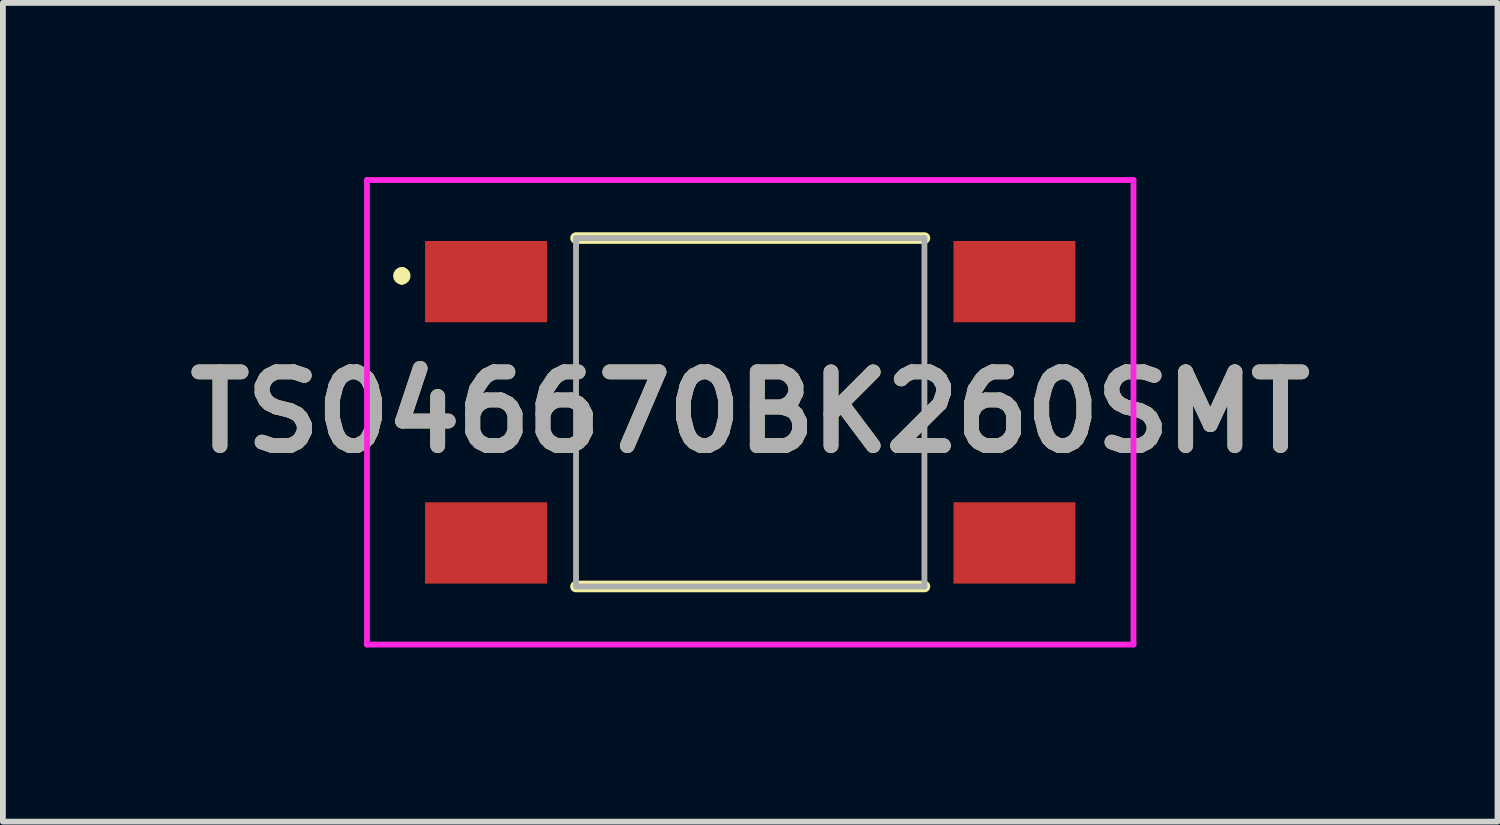
<source format=kicad_pcb>
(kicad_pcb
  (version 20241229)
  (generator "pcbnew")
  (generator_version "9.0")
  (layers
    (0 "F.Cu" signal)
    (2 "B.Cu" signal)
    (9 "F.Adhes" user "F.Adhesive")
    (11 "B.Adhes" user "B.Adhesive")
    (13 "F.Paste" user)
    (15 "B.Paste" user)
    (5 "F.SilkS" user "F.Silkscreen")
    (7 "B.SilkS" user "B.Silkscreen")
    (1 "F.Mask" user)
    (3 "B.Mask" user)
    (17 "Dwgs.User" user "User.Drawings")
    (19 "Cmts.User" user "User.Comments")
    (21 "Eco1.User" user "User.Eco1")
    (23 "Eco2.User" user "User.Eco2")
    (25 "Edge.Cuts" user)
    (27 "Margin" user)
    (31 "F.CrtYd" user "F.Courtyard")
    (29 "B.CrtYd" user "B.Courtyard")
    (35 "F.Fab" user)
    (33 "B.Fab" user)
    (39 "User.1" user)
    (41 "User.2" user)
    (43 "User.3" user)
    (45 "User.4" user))
  (footprint "TS046670BK260SMT"
    (layer "F.Cu")
    (at 9.87 4.05)
    (property "Reference" "TS046670BK260SMT" (at 0 0 0) (layer "F.SilkS") (effects (font (size 1.27 1.27) (thickness 0.254))))
    (attr smd)
    (fp_line (start -6 -2.4) (end -6 -2.4) (stroke (width 0.2) (type solid)) (layer "F.SilkS"))
    (fp_line (start -6 -2.3) (end -6 -2.3) (stroke (width 0.2) (type solid)) (layer "F.SilkS"))
    (fp_line (start -3 -3) (end 3 -3) (stroke (width 0.2) (type solid)) (layer "F.SilkS"))
    (fp_line (start -3 3) (end 3 3) (stroke (width 0.2) (type solid)) (layer "F.SilkS"))
    (fp_arc (start -6 -2.4) (mid -5.95 -2.35) (end -6 -2.3) (stroke (width 0.2) (type solid)) (layer "F.SilkS"))
    (fp_arc (start -6 -2.3) (mid -6.05 -2.35) (end -6 -2.4) (stroke (width 0.2) (type solid)) (layer "F.SilkS"))
    (fp_line (start -6.6 -4) (end 6.6 -4) (stroke (width 0.1) (type solid)) (layer "F.CrtYd"))
    (fp_line (start -6.6 4) (end -6.6 -4) (stroke (width 0.1) (type solid)) (layer "F.CrtYd"))
    (fp_line (start 6.6 -4) (end 6.6 4) (stroke (width 0.1) (type solid)) (layer "F.CrtYd"))
    (fp_line (start 6.6 4) (end -6.6 4) (stroke (width 0.1) (type solid)) (layer "F.CrtYd"))
    (fp_line (start -3 -3) (end 3 -3) (stroke (width 0.1) (type solid)) (layer "F.Fab"))
    (fp_line (start -3 3) (end -3 -3) (stroke (width 0.1) (type solid)) (layer "F.Fab"))
    (fp_line (start 3 -3) (end 3 3) (stroke (width 0.1) (type solid)) (layer "F.Fab"))
    (fp_line (start 3 3) (end -3 3) (stroke (width 0.1) (type solid)) (layer "F.Fab"))
    (fp_text user "${REFERENCE}" (at 0 0 0) (layer "F.Fab") (effects (font (size 1.27 1.27) (thickness 0.254))))
    (pad "1" smd rect (at -4.55 -2.25 90) (size 1.4 2.1) (layers "F.Cu" "F.Mask" "F.Paste"))
    (pad "2" smd rect (at -4.55 2.25 90) (size 1.4 2.1) (layers "F.Cu" "F.Mask" "F.Paste"))
    (pad "3" smd rect (at 4.55 -2.25 90) (size 1.4 2.1) (layers "F.Cu" "F.Mask" "F.Paste"))
    (pad "4" smd rect (at 4.55 2.25 90) (size 1.4 2.1) (layers "F.Cu" "F.Mask" "F.Paste")))
  (gr_rect
    (start -3 -3)
    (end 22.739 11.1)
    (stroke (width 0.1) (type default))
    (fill no)
    (layer "Edge.Cuts")))
</source>
